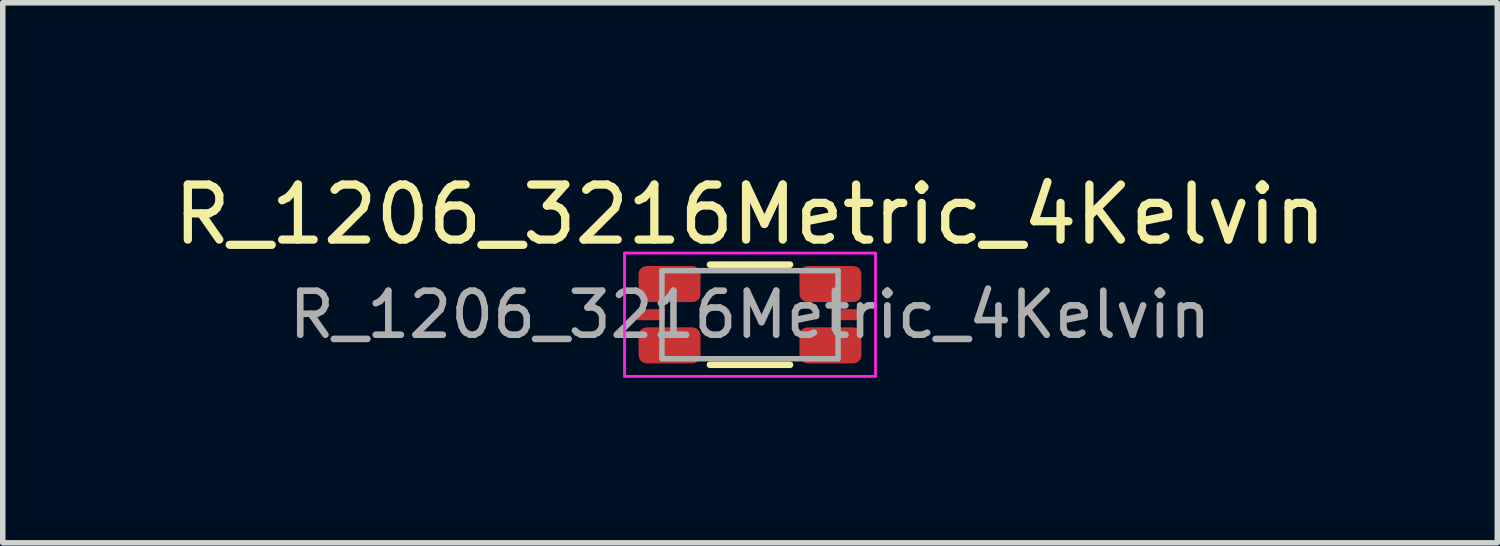
<source format=kicad_pcb>
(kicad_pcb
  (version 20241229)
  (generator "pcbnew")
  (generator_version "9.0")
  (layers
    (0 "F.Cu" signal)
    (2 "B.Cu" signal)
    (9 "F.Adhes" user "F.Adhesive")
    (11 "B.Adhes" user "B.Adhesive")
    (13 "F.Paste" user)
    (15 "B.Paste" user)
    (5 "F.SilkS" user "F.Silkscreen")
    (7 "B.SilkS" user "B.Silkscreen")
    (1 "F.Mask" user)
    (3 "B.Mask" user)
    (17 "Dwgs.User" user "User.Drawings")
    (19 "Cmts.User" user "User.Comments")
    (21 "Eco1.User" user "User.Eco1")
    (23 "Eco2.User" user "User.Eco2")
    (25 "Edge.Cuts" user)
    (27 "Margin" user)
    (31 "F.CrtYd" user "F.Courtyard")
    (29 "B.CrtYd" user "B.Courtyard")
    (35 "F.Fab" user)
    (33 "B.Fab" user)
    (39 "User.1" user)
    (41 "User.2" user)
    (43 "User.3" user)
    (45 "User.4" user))
  (footprint "R_1206_3216Metric_4Kelvin"
    (layer "F.Cu")
    (at 10.577 2.668)
    (property "Reference" "R_1206_3216Metric_4Kelvin" (at 0 -1.82 0) (layer "F.SilkS") (effects (font (size 1 1) (thickness 0.15))))
    (attr smd)
    (fp_line (start -0.727 -0.91) (end 0.727 -0.91) (stroke (width 0.12) (type solid)) (layer "F.SilkS"))
    (fp_line (start -0.727 0.91) (end 0.727 0.91) (stroke (width 0.12) (type solid)) (layer "F.SilkS"))
    (fp_line (start -2.28 -1.12) (end 2.28 -1.12) (stroke (width 0.05) (type solid)) (layer "F.CrtYd"))
    (fp_line (start -2.28 1.12) (end -2.28 -1.12) (stroke (width 0.05) (type solid)) (layer "F.CrtYd"))
    (fp_line (start 2.28 -1.12) (end 2.28 1.12) (stroke (width 0.05) (type solid)) (layer "F.CrtYd"))
    (fp_line (start 2.28 1.12) (end -2.28 1.12) (stroke (width 0.05) (type solid)) (layer "F.CrtYd"))
    (fp_line (start -1.6 -0.8) (end 1.6 -0.8) (stroke (width 0.1) (type solid)) (layer "F.Fab"))
    (fp_line (start -1.6 0.8) (end -1.6 -0.8) (stroke (width 0.1) (type solid)) (layer "F.Fab"))
    (fp_line (start 1.6 -0.8) (end 1.6 0.8) (stroke (width 0.1) (type solid)) (layer "F.Fab"))
    (fp_line (start 1.6 0.8) (end -1.6 0.8) (stroke (width 0.1) (type solid)) (layer "F.Fab"))
    (fp_text user "${REFERENCE}" (at 0 0 0) (layer "F.Fab") (effects (font (size 0.8 0.8) (thickness 0.12))))
    (pad "1" smd roundrect (at -1.462 -0.557) (size 1.125 0.655) (layers "F.Cu" "F.Mask" "F.Paste") (roundrect_rratio 0.222))
    (pad "1" smd roundrect (at -1.462 0.557) (size 1.125 0.655) (layers "F.Cu" "F.Mask" "F.Paste") (roundrect_rratio 0.222))
    (pad "2" smd rect (at -1.8 0) (size 0.5 0.2) (layers "F.Cu" "F.Mask" "F.Paste"))
    (pad "3" smd rect (at 1.8 0) (size 0.5 0.2) (layers "F.Cu" "F.Mask" "F.Paste"))
    (pad "4" smd roundrect (at 1.462 -0.557) (size 1.125 0.655) (layers "F.Cu" "F.Mask" "F.Paste") (roundrect_rratio 0.222))
    (pad "4" smd roundrect (at 1.462 0.557) (size 1.125 0.655) (layers "F.Cu" "F.Mask" "F.Paste") (roundrect_rratio 0.222)))
  (gr_rect
    (start -3 -3)
    (end 24.155 6.813)
    (stroke (width 0.1) (type default))
    (fill no)
    (layer "Edge.Cuts")))
</source>
